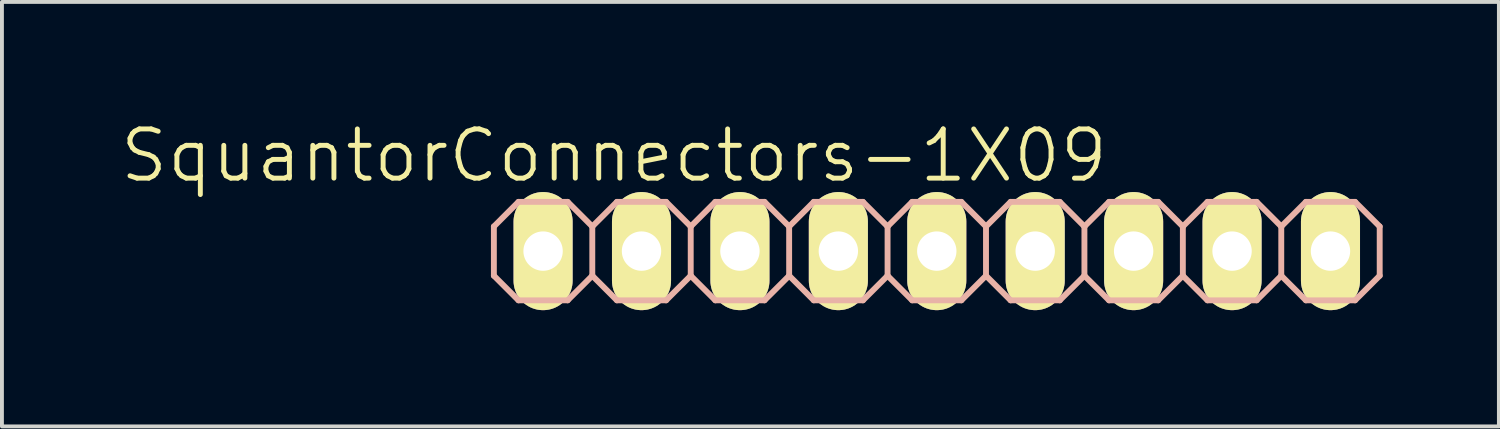
<source format=kicad_pcb>
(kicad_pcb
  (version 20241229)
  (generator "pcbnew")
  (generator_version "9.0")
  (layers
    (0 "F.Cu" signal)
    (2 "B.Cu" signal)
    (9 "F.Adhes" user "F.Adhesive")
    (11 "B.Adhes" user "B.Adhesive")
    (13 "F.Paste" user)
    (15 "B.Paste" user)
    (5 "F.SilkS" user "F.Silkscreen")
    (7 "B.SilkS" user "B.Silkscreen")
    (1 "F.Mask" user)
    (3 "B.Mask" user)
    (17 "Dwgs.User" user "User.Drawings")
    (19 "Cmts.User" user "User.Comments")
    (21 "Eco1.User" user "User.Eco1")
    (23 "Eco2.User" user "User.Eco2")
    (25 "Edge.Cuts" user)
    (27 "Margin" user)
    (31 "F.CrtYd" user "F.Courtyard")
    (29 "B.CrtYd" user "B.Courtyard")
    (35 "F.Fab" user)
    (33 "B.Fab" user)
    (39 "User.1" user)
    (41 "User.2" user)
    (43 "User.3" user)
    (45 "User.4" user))
  (footprint "SquantorConnectors-1X09"
    (layer "F.Cu")
    (at 21.125 3.43)
    (property "Reference" "SquantorConnectors-1X09" (at -8.331 -2.464 0) (layer "F.SilkS") (effects (font (size 1.27 1.27) (thickness 0.127))))
    (attr exclude_from_pos_files exclude_from_bom)
    (fp_line (start -10.414 -0.254) (end -9.906 -0.254) (stroke (width 0.066) (type solid)) (layer "F.SilkS"))
    (fp_line (start -10.414 0.254) (end -10.414 -0.254) (stroke (width 0.066) (type solid)) (layer "F.SilkS"))
    (fp_line (start -10.414 0.254) (end -9.906 0.254) (stroke (width 0.066) (type solid)) (layer "F.SilkS"))
    (fp_line (start -9.906 0.254) (end -9.906 -0.254) (stroke (width 0.066) (type solid)) (layer "F.SilkS"))
    (fp_line (start -7.874 -0.254) (end -7.366 -0.254) (stroke (width 0.066) (type solid)) (layer "F.SilkS"))
    (fp_line (start -7.874 0.254) (end -7.874 -0.254) (stroke (width 0.066) (type solid)) (layer "F.SilkS"))
    (fp_line (start -7.874 0.254) (end -7.366 0.254) (stroke (width 0.066) (type solid)) (layer "F.SilkS"))
    (fp_line (start -7.366 0.254) (end -7.366 -0.254) (stroke (width 0.066) (type solid)) (layer "F.SilkS"))
    (fp_line (start -5.334 -0.254) (end -4.826 -0.254) (stroke (width 0.066) (type solid)) (layer "F.SilkS"))
    (fp_line (start -5.334 0.254) (end -5.334 -0.254) (stroke (width 0.066) (type solid)) (layer "F.SilkS"))
    (fp_line (start -5.334 0.254) (end -4.826 0.254) (stroke (width 0.066) (type solid)) (layer "F.SilkS"))
    (fp_line (start -4.826 0.254) (end -4.826 -0.254) (stroke (width 0.066) (type solid)) (layer "F.SilkS"))
    (fp_line (start -2.794 -0.254) (end -2.286 -0.254) (stroke (width 0.066) (type solid)) (layer "F.SilkS"))
    (fp_line (start -2.794 0.254) (end -2.794 -0.254) (stroke (width 0.066) (type solid)) (layer "F.SilkS"))
    (fp_line (start -2.794 0.254) (end -2.286 0.254) (stroke (width 0.066) (type solid)) (layer "F.SilkS"))
    (fp_line (start -2.286 0.254) (end -2.286 -0.254) (stroke (width 0.066) (type solid)) (layer "F.SilkS"))
    (fp_line (start -0.254 -0.254) (end 0.254 -0.254) (stroke (width 0.066) (type solid)) (layer "F.SilkS"))
    (fp_line (start -0.254 0.254) (end -0.254 -0.254) (stroke (width 0.066) (type solid)) (layer "F.SilkS"))
    (fp_line (start -0.254 0.254) (end 0.254 0.254) (stroke (width 0.066) (type solid)) (layer "F.SilkS"))
    (fp_line (start 0.254 0.254) (end 0.254 -0.254) (stroke (width 0.066) (type solid)) (layer "F.SilkS"))
    (fp_line (start 2.286 -0.254) (end 2.794 -0.254) (stroke (width 0.066) (type solid)) (layer "F.SilkS"))
    (fp_line (start 2.286 0.254) (end 2.286 -0.254) (stroke (width 0.066) (type solid)) (layer "F.SilkS"))
    (fp_line (start 2.286 0.254) (end 2.794 0.254) (stroke (width 0.066) (type solid)) (layer "F.SilkS"))
    (fp_line (start 2.794 0.254) (end 2.794 -0.254) (stroke (width 0.066) (type solid)) (layer "F.SilkS"))
    (fp_line (start 4.826 -0.254) (end 5.334 -0.254) (stroke (width 0.066) (type solid)) (layer "F.SilkS"))
    (fp_line (start 4.826 0.254) (end 4.826 -0.254) (stroke (width 0.066) (type solid)) (layer "F.SilkS"))
    (fp_line (start 4.826 0.254) (end 5.334 0.254) (stroke (width 0.066) (type solid)) (layer "F.SilkS"))
    (fp_line (start 5.334 0.254) (end 5.334 -0.254) (stroke (width 0.066) (type solid)) (layer "F.SilkS"))
    (fp_line (start 7.366 -0.254) (end 7.874 -0.254) (stroke (width 0.066) (type solid)) (layer "F.SilkS"))
    (fp_line (start 7.366 0.254) (end 7.366 -0.254) (stroke (width 0.066) (type solid)) (layer "F.SilkS"))
    (fp_line (start 7.366 0.254) (end 7.874 0.254) (stroke (width 0.066) (type solid)) (layer "F.SilkS"))
    (fp_line (start 7.874 0.254) (end 7.874 -0.254) (stroke (width 0.066) (type solid)) (layer "F.SilkS"))
    (fp_line (start 9.906 -0.254) (end 10.414 -0.254) (stroke (width 0.066) (type solid)) (layer "F.SilkS"))
    (fp_line (start 9.906 0.254) (end 9.906 -0.254) (stroke (width 0.066) (type solid)) (layer "F.SilkS"))
    (fp_line (start 9.906 0.254) (end 10.414 0.254) (stroke (width 0.066) (type solid)) (layer "F.SilkS"))
    (fp_line (start 10.414 0.254) (end 10.414 -0.254) (stroke (width 0.066) (type solid)) (layer "F.SilkS"))
    (fp_line (start -11.43 -0.635) (end -11.43 0.635) (stroke (width 0.152) (type solid)) (layer "B.SilkS"))
    (fp_line (start -11.43 0.635) (end -10.795 1.27) (stroke (width 0.152) (type solid)) (layer "B.SilkS"))
    (fp_line (start -10.795 -1.27) (end -11.43 -0.635) (stroke (width 0.152) (type solid)) (layer "B.SilkS"))
    (fp_line (start -10.795 -1.27) (end -9.525 -1.27) (stroke (width 0.152) (type solid)) (layer "B.SilkS"))
    (fp_line (start -9.525 -1.27) (end -8.89 -0.635) (stroke (width 0.152) (type solid)) (layer "B.SilkS"))
    (fp_line (start -9.525 1.27) (end -10.795 1.27) (stroke (width 0.152) (type solid)) (layer "B.SilkS"))
    (fp_line (start -8.89 -0.635) (end -8.89 0.635) (stroke (width 0.152) (type solid)) (layer "B.SilkS"))
    (fp_line (start -8.89 -0.635) (end -8.255 -1.27) (stroke (width 0.152) (type solid)) (layer "B.SilkS"))
    (fp_line (start -8.89 0.635) (end -9.525 1.27) (stroke (width 0.152) (type solid)) (layer "B.SilkS"))
    (fp_line (start -8.255 -1.27) (end -6.985 -1.27) (stroke (width 0.152) (type solid)) (layer "B.SilkS"))
    (fp_line (start -8.255 1.27) (end -8.89 0.635) (stroke (width 0.152) (type solid)) (layer "B.SilkS"))
    (fp_line (start -6.985 -1.27) (end -6.35 -0.635) (stroke (width 0.152) (type solid)) (layer "B.SilkS"))
    (fp_line (start -6.985 1.27) (end -8.255 1.27) (stroke (width 0.152) (type solid)) (layer "B.SilkS"))
    (fp_line (start -6.35 -0.635) (end -6.35 0.635) (stroke (width 0.152) (type solid)) (layer "B.SilkS"))
    (fp_line (start -6.35 -0.635) (end -5.715 -1.27) (stroke (width 0.152) (type solid)) (layer "B.SilkS"))
    (fp_line (start -6.35 0.635) (end -6.985 1.27) (stroke (width 0.152) (type solid)) (layer "B.SilkS"))
    (fp_line (start -5.715 -1.27) (end -4.445 -1.27) (stroke (width 0.152) (type solid)) (layer "B.SilkS"))
    (fp_line (start -5.715 1.27) (end -6.35 0.635) (stroke (width 0.152) (type solid)) (layer "B.SilkS"))
    (fp_line (start -4.445 -1.27) (end -3.81 -0.635) (stroke (width 0.152) (type solid)) (layer "B.SilkS"))
    (fp_line (start -4.445 1.27) (end -5.715 1.27) (stroke (width 0.152) (type solid)) (layer "B.SilkS"))
    (fp_line (start -3.81 -0.635) (end -3.81 0.635) (stroke (width 0.152) (type solid)) (layer "B.SilkS"))
    (fp_line (start -3.81 0.635) (end -4.445 1.27) (stroke (width 0.152) (type solid)) (layer "B.SilkS"))
    (fp_line (start -3.81 0.635) (end -3.175 1.27) (stroke (width 0.152) (type solid)) (layer "B.SilkS"))
    (fp_line (start -3.175 -1.27) (end -3.81 -0.635) (stroke (width 0.152) (type solid)) (layer "B.SilkS"))
    (fp_line (start -3.175 -1.27) (end -1.905 -1.27) (stroke (width 0.152) (type solid)) (layer "B.SilkS"))
    (fp_line (start -1.905 -1.27) (end -1.27 -0.635) (stroke (width 0.152) (type solid)) (layer "B.SilkS"))
    (fp_line (start -1.905 1.27) (end -3.175 1.27) (stroke (width 0.152) (type solid)) (layer "B.SilkS"))
    (fp_line (start -1.27 -0.635) (end -1.27 0.635) (stroke (width 0.152) (type solid)) (layer "B.SilkS"))
    (fp_line (start -1.27 -0.635) (end -0.635 -1.27) (stroke (width 0.152) (type solid)) (layer "B.SilkS"))
    (fp_line (start -1.27 0.635) (end -1.905 1.27) (stroke (width 0.152) (type solid)) (layer "B.SilkS"))
    (fp_line (start -0.635 -1.27) (end 0.635 -1.27) (stroke (width 0.152) (type solid)) (layer "B.SilkS"))
    (fp_line (start -0.635 1.27) (end -1.27 0.635) (stroke (width 0.152) (type solid)) (layer "B.SilkS"))
    (fp_line (start 0.635 -1.27) (end 1.27 -0.635) (stroke (width 0.152) (type solid)) (layer "B.SilkS"))
    (fp_line (start 0.635 1.27) (end -0.635 1.27) (stroke (width 0.152) (type solid)) (layer "B.SilkS"))
    (fp_line (start 1.27 -0.635) (end 1.27 0.635) (stroke (width 0.152) (type solid)) (layer "B.SilkS"))
    (fp_line (start 1.27 -0.635) (end 1.905 -1.27) (stroke (width 0.152) (type solid)) (layer "B.SilkS"))
    (fp_line (start 1.27 0.635) (end 0.635 1.27) (stroke (width 0.152) (type solid)) (layer "B.SilkS"))
    (fp_line (start 1.905 -1.27) (end 3.175 -1.27) (stroke (width 0.152) (type solid)) (layer "B.SilkS"))
    (fp_line (start 1.905 1.27) (end 1.27 0.635) (stroke (width 0.152) (type solid)) (layer "B.SilkS"))
    (fp_line (start 3.175 -1.27) (end 3.81 -0.635) (stroke (width 0.152) (type solid)) (layer "B.SilkS"))
    (fp_line (start 3.175 1.27) (end 1.905 1.27) (stroke (width 0.152) (type solid)) (layer "B.SilkS"))
    (fp_line (start 3.81 -0.635) (end 3.81 0.635) (stroke (width 0.152) (type solid)) (layer "B.SilkS"))
    (fp_line (start 3.81 0.635) (end 3.175 1.27) (stroke (width 0.152) (type solid)) (layer "B.SilkS"))
    (fp_line (start 3.81 0.635) (end 4.445 1.27) (stroke (width 0.152) (type solid)) (layer "B.SilkS"))
    (fp_line (start 4.445 -1.27) (end 3.81 -0.635) (stroke (width 0.152) (type solid)) (layer "B.SilkS"))
    (fp_line (start 4.445 -1.27) (end 5.715 -1.27) (stroke (width 0.152) (type solid)) (layer "B.SilkS"))
    (fp_line (start 5.715 -1.27) (end 6.35 -0.635) (stroke (width 0.152) (type solid)) (layer "B.SilkS"))
    (fp_line (start 5.715 1.27) (end 4.445 1.27) (stroke (width 0.152) (type solid)) (layer "B.SilkS"))
    (fp_line (start 6.35 -0.635) (end 6.35 0.635) (stroke (width 0.152) (type solid)) (layer "B.SilkS"))
    (fp_line (start 6.35 -0.635) (end 6.985 -1.27) (stroke (width 0.152) (type solid)) (layer "B.SilkS"))
    (fp_line (start 6.35 0.635) (end 5.715 1.27) (stroke (width 0.152) (type solid)) (layer "B.SilkS"))
    (fp_line (start 6.985 -1.27) (end 8.255 -1.27) (stroke (width 0.152) (type solid)) (layer "B.SilkS"))
    (fp_line (start 6.985 1.27) (end 6.35 0.635) (stroke (width 0.152) (type solid)) (layer "B.SilkS"))
    (fp_line (start 8.255 -1.27) (end 8.89 -0.635) (stroke (width 0.152) (type solid)) (layer "B.SilkS"))
    (fp_line (start 8.255 1.27) (end 6.985 1.27) (stroke (width 0.152) (type solid)) (layer "B.SilkS"))
    (fp_line (start 8.89 -0.635) (end 8.89 0.635) (stroke (width 0.152) (type solid)) (layer "B.SilkS"))
    (fp_line (start 8.89 0.635) (end 8.255 1.27) (stroke (width 0.152) (type solid)) (layer "B.SilkS"))
    (fp_line (start 8.89 0.635) (end 9.525 1.27) (stroke (width 0.152) (type solid)) (layer "B.SilkS"))
    (fp_line (start 9.525 -1.27) (end 8.89 -0.635) (stroke (width 0.152) (type solid)) (layer "B.SilkS"))
    (fp_line (start 9.525 -1.27) (end 10.795 -1.27) (stroke (width 0.152) (type solid)) (layer "B.SilkS"))
    (fp_line (start 10.795 -1.27) (end 11.43 -0.635) (stroke (width 0.152) (type solid)) (layer "B.SilkS"))
    (fp_line (start 10.795 1.27) (end 9.525 1.27) (stroke (width 0.152) (type solid)) (layer "B.SilkS"))
    (fp_line (start 11.43 -0.635) (end 11.43 0.635) (stroke (width 0.152) (type solid)) (layer "B.SilkS"))
    (fp_line (start 11.43 0.635) (end 10.795 1.27) (stroke (width 0.152) (type solid)) (layer "B.SilkS"))
    (pad "1" thru_hole oval (at -10.16 0 180) (size 1.524 3.048) (drill 1.016) (layers "*.Cu" "F.Mask" "F.SilkS" "F.Paste"))
    (pad "2" thru_hole oval (at -7.62 0 180) (size 1.524 3.048) (drill 1.016) (layers "*.Cu" "F.Mask" "F.SilkS" "F.Paste"))
    (pad "3" thru_hole oval (at -5.08 0 180) (size 1.524 3.048) (drill 1.016) (layers "*.Cu" "F.Mask" "F.SilkS" "F.Paste"))
    (pad "4" thru_hole oval (at -2.54 0 180) (size 1.524 3.048) (drill 1.016) (layers "*.Cu" "F.Mask" "F.SilkS" "F.Paste"))
    (pad "5" thru_hole oval (at 0 0 180) (size 1.524 3.048) (drill 1.016) (layers "*.Cu" "F.Mask" "F.SilkS" "F.Paste"))
    (pad "6" thru_hole oval (at 2.54 0 180) (size 1.524 3.048) (drill 1.016) (layers "*.Cu" "F.Mask" "F.SilkS" "F.Paste"))
    (pad "7" thru_hole oval (at 5.08 0 180) (size 1.524 3.048) (drill 1.016) (layers "*.Cu" "F.Mask" "F.SilkS" "F.Paste"))
    (pad "8" thru_hole oval (at 7.62 0 180) (size 1.524 3.048) (drill 1.016) (layers "*.Cu" "F.Mask" "F.SilkS" "F.Paste"))
    (pad "9" thru_hole oval (at 10.16 0 180) (size 1.524 3.048) (drill 1.016) (layers "*.Cu" "F.Mask" "F.SilkS" "F.Paste")))
  (gr_rect
    (start -3 -3)
    (end 35.631 7.954)
    (stroke (width 0.1) (type default))
    (fill no)
    (layer "Edge.Cuts")))
</source>
